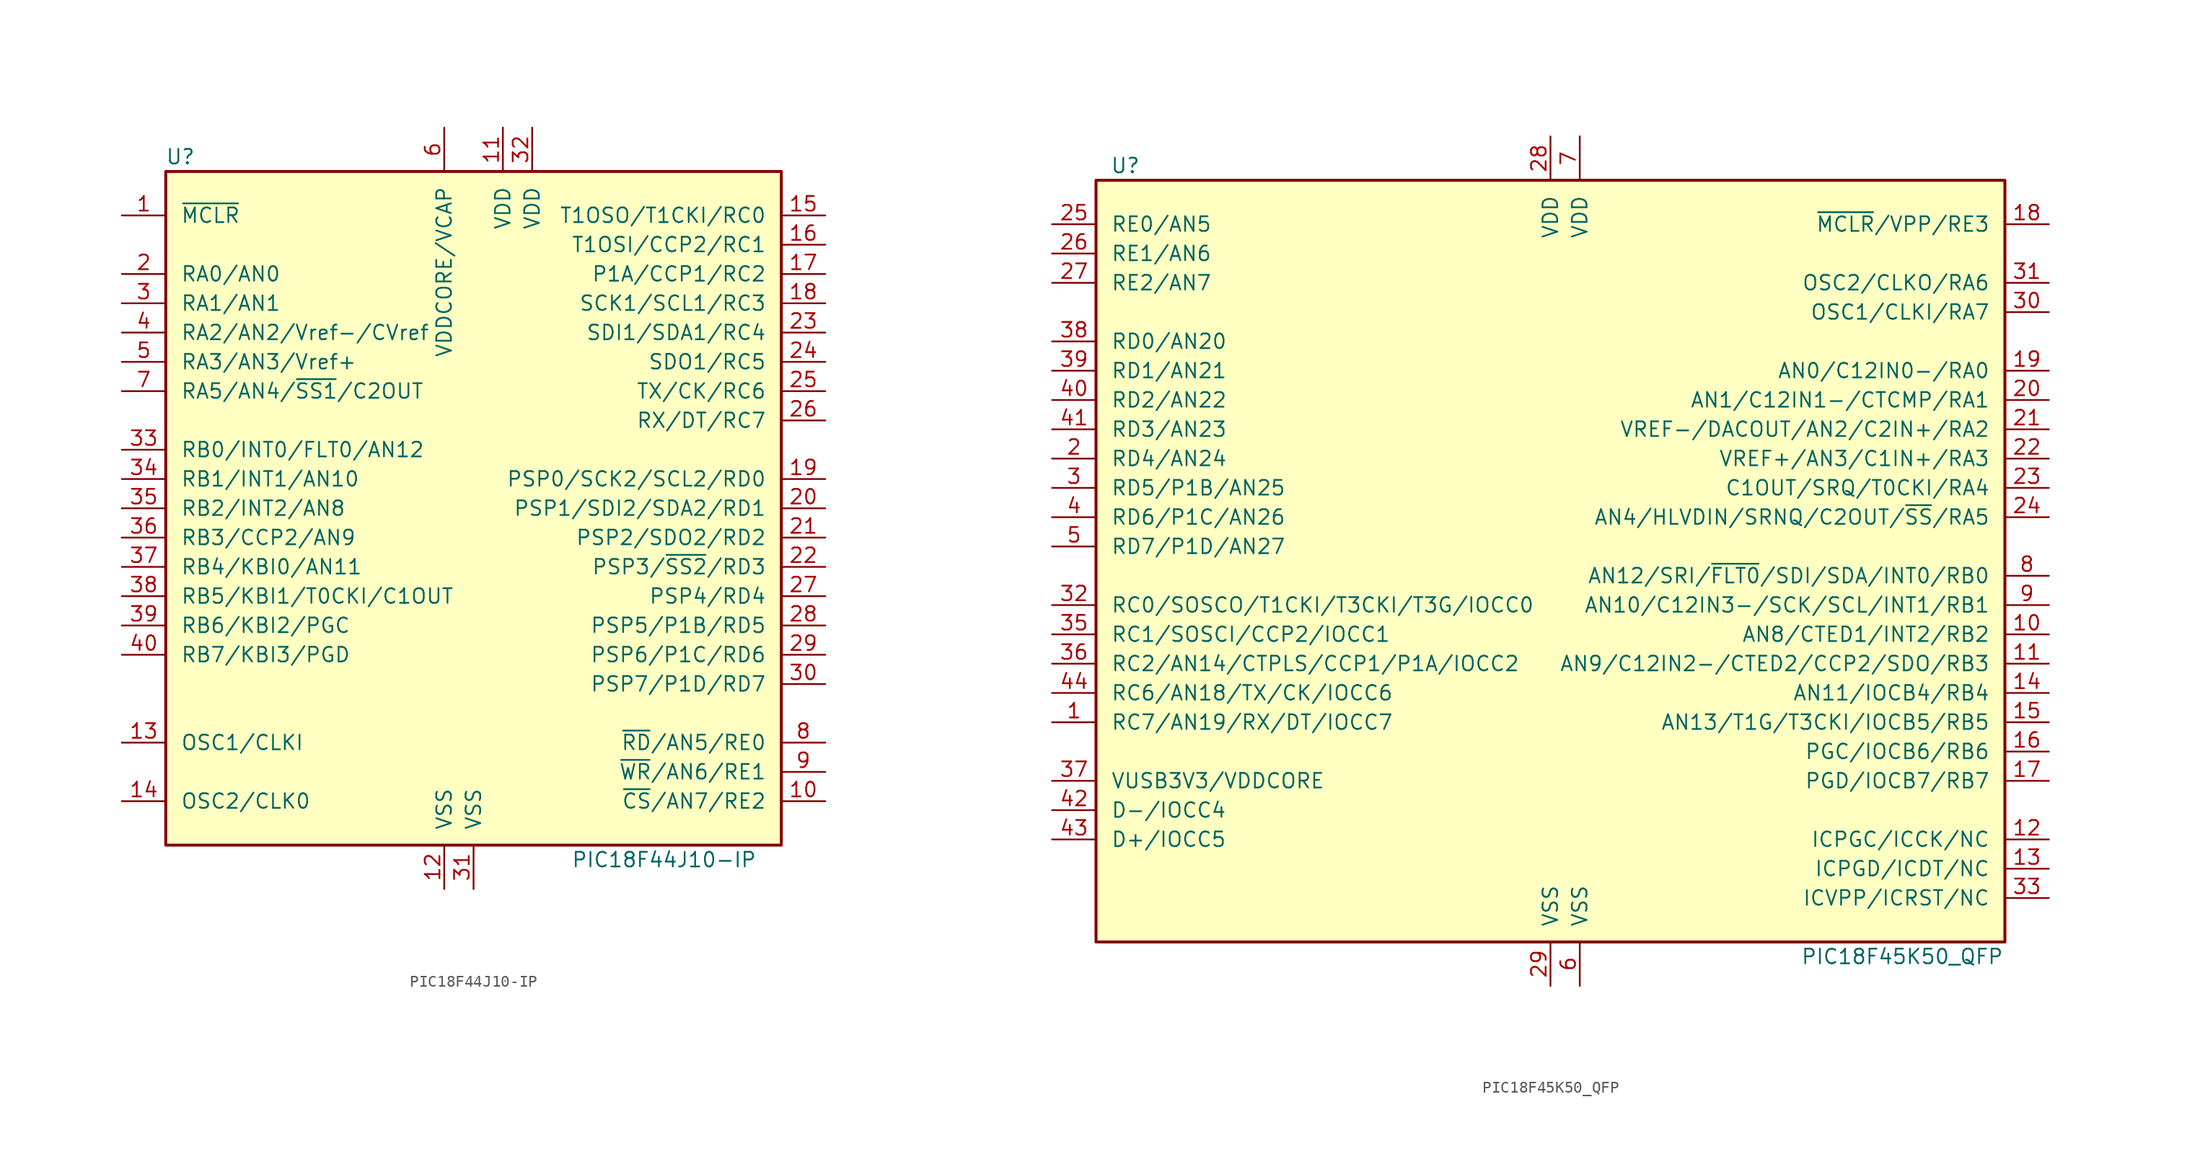
<source format=kicad_sym>
(kicad_symbol_lib
  (version 20231120)
  (generator "kicad_symbol_editor")
  (generator_version "8.0")
  (symbol "PIC18F44J10-IP"
    (pin_names
      (offset 1.27))
    (property "Reference" "U"
      (at -25.4 30.48 0)
      (effects (font (size 1.27 1.27))))
    (property "Value" "PIC18F44J10-IP"
      (at 16.51 -30.48 0)
      (effects (font (size 1.27 1.27))))
    (symbol "PIC18F44J10-IP_0_0"
      (rectangle (start -26.67 -29.21) (end 26.67 29.21) (stroke (width 0.254) (type default)) (fill (type background))))
    (symbol "PIC18F44J10-IP_1_1"
      (pin input line (at -30.48 25.4 0) (length 3.81) (name "~{MCLR}" (effects (font (size 1.27 1.27)))) (number "1" (effects (font (size 1.27 1.27)))))
      (pin tri_state line (at 30.48 -25.4 180) (length 3.81) (name "~{CS}/AN7/RE2" (effects (font (size 1.27 1.27)))) (number "10" (effects (font (size 1.27 1.27)))))
      (pin power_in line (at 2.54 33.02 270) (length 3.81) (name "VDD" (effects (font (size 1.27 1.27)))) (number "11" (effects (font (size 1.27 1.27)))))
      (pin power_in line (at -2.54 -33.02 90) (length 3.81) (name "VSS" (effects (font (size 1.27 1.27)))) (number "12" (effects (font (size 1.27 1.27)))))
      (pin input line (at -30.48 -20.32 0) (length 3.81) (name "OSC1/CLKI" (effects (font (size 1.27 1.27)))) (number "13" (effects (font (size 1.27 1.27)))))
      (pin output line (at -30.48 -25.4 0) (length 3.81) (name "OSC2/CLK0" (effects (font (size 1.27 1.27)))) (number "14" (effects (font (size 1.27 1.27)))))
      (pin tri_state line (at 30.48 25.4 180) (length 3.81) (name "T1OSO/T1CKI/RC0" (effects (font (size 1.27 1.27)))) (number "15" (effects (font (size 1.27 1.27)))))
      (pin tri_state line (at 30.48 22.86 180) (length 3.81) (name "T1OSI/CCP2/RC1" (effects (font (size 1.27 1.27)))) (number "16" (effects (font (size 1.27 1.27)))))
      (pin tri_state line (at 30.48 20.32 180) (length 3.81) (name "P1A/CCP1/RC2" (effects (font (size 1.27 1.27)))) (number "17" (effects (font (size 1.27 1.27)))))
      (pin tri_state line (at 30.48 17.78 180) (length 3.81) (name "SCK1/SCL1/RC3" (effects (font (size 1.27 1.27)))) (number "18" (effects (font (size 1.27 1.27)))))
      (pin tri_state line (at 30.48 2.54 180) (length 3.81) (name "PSP0/SCK2/SCL2/RD0" (effects (font (size 1.27 1.27)))) (number "19" (effects (font (size 1.27 1.27)))))
      (pin tri_state line (at -30.48 20.32 0) (length 3.81) (name "RA0/AN0" (effects (font (size 1.27 1.27)))) (number "2" (effects (font (size 1.27 1.27)))))
      (pin tri_state line (at 30.48 0 180) (length 3.81) (name "PSP1/SDI2/SDA2/RD1" (effects (font (size 1.27 1.27)))) (number "20" (effects (font (size 1.27 1.27)))))
      (pin tri_state line (at 30.48 -2.54 180) (length 3.81) (name "PSP2/SDO2/RD2" (effects (font (size 1.27 1.27)))) (number "21" (effects (font (size 1.27 1.27)))))
      (pin tri_state line (at 30.48 -5.08 180) (length 3.81) (name "PSP3/~{SS2}/RD3" (effects (font (size 1.27 1.27)))) (number "22" (effects (font (size 1.27 1.27)))))
      (pin tri_state line (at 30.48 15.24 180) (length 3.81) (name "SDI1/SDA1/RC4" (effects (font (size 1.27 1.27)))) (number "23" (effects (font (size 1.27 1.27)))))
      (pin tri_state line (at 30.48 12.7 180) (length 3.81) (name "SDO1/RC5" (effects (font (size 1.27 1.27)))) (number "24" (effects (font (size 1.27 1.27)))))
      (pin tri_state line (at 30.48 10.16 180) (length 3.81) (name "TX/CK/RC6" (effects (font (size 1.27 1.27)))) (number "25" (effects (font (size 1.27 1.27)))))
      (pin tri_state line (at 30.48 7.62 180) (length 3.81) (name "RX/DT/RC7" (effects (font (size 1.27 1.27)))) (number "26" (effects (font (size 1.27 1.27)))))
      (pin tri_state line (at 30.48 -7.62 180) (length 3.81) (name "PSP4/RD4" (effects (font (size 1.27 1.27)))) (number "27" (effects (font (size 1.27 1.27)))))
      (pin tri_state line (at 30.48 -10.16 180) (length 3.81) (name "PSP5/P1B/RD5" (effects (font (size 1.27 1.27)))) (number "28" (effects (font (size 1.27 1.27)))))
      (pin tri_state line (at 30.48 -12.7 180) (length 3.81) (name "PSP6/P1C/RD6" (effects (font (size 1.27 1.27)))) (number "29" (effects (font (size 1.27 1.27)))))
      (pin tri_state line (at -30.48 17.78 0) (length 3.81) (name "RA1/AN1" (effects (font (size 1.27 1.27)))) (number "3" (effects (font (size 1.27 1.27)))))
      (pin tri_state line (at 30.48 -15.24 180) (length 3.81) (name "PSP7/P1D/RD7" (effects (font (size 1.27 1.27)))) (number "30" (effects (font (size 1.27 1.27)))))
      (pin power_in line (at 0 -33.02 90) (length 3.81) (name "VSS" (effects (font (size 1.27 1.27)))) (number "31" (effects (font (size 1.27 1.27)))))
      (pin power_in line (at 5.08 33.02 270) (length 3.81) (name "VDD" (effects (font (size 1.27 1.27)))) (number "32" (effects (font (size 1.27 1.27)))))
      (pin tri_state line (at -30.48 5.08 0) (length 3.81) (name "RB0/INT0/FLT0/AN12" (effects (font (size 1.27 1.27)))) (number "33" (effects (font (size 1.27 1.27)))))
      (pin tri_state line (at -30.48 2.54 0) (length 3.81) (name "RB1/INT1/AN10" (effects (font (size 1.27 1.27)))) (number "34" (effects (font (size 1.27 1.27)))))
      (pin tri_state line (at -30.48 0 0) (length 3.81) (name "RB2/INT2/AN8" (effects (font (size 1.27 1.27)))) (number "35" (effects (font (size 1.27 1.27)))))
      (pin tri_state line (at -30.48 -2.54 0) (length 3.81) (name "RB3/CCP2/AN9" (effects (font (size 1.27 1.27)))) (number "36" (effects (font (size 1.27 1.27)))))
      (pin tri_state line (at -30.48 -5.08 0) (length 3.81) (name "RB4/KBI0/AN11" (effects (font (size 1.27 1.27)))) (number "37" (effects (font (size 1.27 1.27)))))
      (pin tri_state line (at -30.48 -7.62 0) (length 3.81) (name "RB5/KBI1/T0CKI/C1OUT" (effects (font (size 1.27 1.27)))) (number "38" (effects (font (size 1.27 1.27)))))
      (pin tri_state line (at -30.48 -10.16 0) (length 3.81) (name "RB6/KBI2/PGC" (effects (font (size 1.27 1.27)))) (number "39" (effects (font (size 1.27 1.27)))))
      (pin tri_state line (at -30.48 15.24 0) (length 3.81) (name "RA2/AN2/Vref-/CVref" (effects (font (size 1.27 1.27)))) (number "4" (effects (font (size 1.27 1.27)))))
      (pin tri_state line (at -30.48 -12.7 0) (length 3.81) (name "RB7/KBI3/PGD" (effects (font (size 1.27 1.27)))) (number "40" (effects (font (size 1.27 1.27)))))
      (pin tri_state line (at -30.48 12.7 0) (length 3.81) (name "RA3/AN3/Vref+" (effects (font (size 1.27 1.27)))) (number "5" (effects (font (size 1.27 1.27)))))
      (pin passive line (at -2.54 33.02 270) (length 3.81) (name "VDDCORE/VCAP" (effects (font (size 1.27 1.27)))) (number "6" (effects (font (size 1.27 1.27)))))
      (pin tri_state line (at -30.48 10.16 0) (length 3.81) (name "RA5/AN4/~{SS1}/C2OUT" (effects (font (size 1.27 1.27)))) (number "7" (effects (font (size 1.27 1.27)))))
      (pin tri_state line (at 30.48 -20.32 180) (length 3.81) (name "~{RD}/AN5/RE0" (effects (font (size 1.27 1.27)))) (number "8" (effects (font (size 1.27 1.27)))))
      (pin tri_state line (at 30.48 -22.86 180) (length 3.81) (name "~{WR}/AN6/RE1" (effects (font (size 1.27 1.27)))) (number "9" (effects (font (size 1.27 1.27)))))))
  (symbol "PIC18F45K50_QFP"
    (pin_names
      (offset 1.27))
    (property "Reference" "U"
      (at -36.83 33.02 0)
      (effects (font (size 1.27 1.27))))
    (property "Value" "PIC18F45K50_QFP"
      (at 30.48 -35.56 0)
      (effects (font (size 1.27 1.27))))
    (symbol "PIC18F45K50_QFP_0_1"
      (rectangle (start -39.37 31.75) (end 39.37 -34.29) (stroke (width 0.254) (type default)) (fill (type background))))
    (symbol "PIC18F45K50_QFP_1_1"
      (pin bidirectional line (at -43.18 -15.24 0) (length 3.81) (name "RC7/AN19/RX/DT/IOCC7" (effects (font (size 1.27 1.27)))) (number "1" (effects (font (size 1.27 1.27)))))
      (pin bidirectional line (at 43.18 -7.62 180) (length 3.81) (name "AN8/CTED1/INT2/RB2" (effects (font (size 1.27 1.27)))) (number "10" (effects (font (size 1.27 1.27)))))
      (pin bidirectional line (at 43.18 -10.16 180) (length 3.81) (name "AN9/C12IN2-/CTED2/CCP2/SDO/RB3" (effects (font (size 1.27 1.27)))) (number "11" (effects (font (size 1.27 1.27)))))
      (pin bidirectional line (at 43.18 -25.4 180) (length 3.81) (name "ICPGC/ICCK/NC" (effects (font (size 1.27 1.27)))) (number "12" (effects (font (size 1.27 1.27)))))
      (pin bidirectional line (at 43.18 -27.94 180) (length 3.81) (name "ICPGD/ICDT/NC" (effects (font (size 1.27 1.27)))) (number "13" (effects (font (size 1.27 1.27)))))
      (pin bidirectional line (at 43.18 -12.7 180) (length 3.81) (name "AN11/IOCB4/RB4" (effects (font (size 1.27 1.27)))) (number "14" (effects (font (size 1.27 1.27)))))
      (pin bidirectional line (at 43.18 -15.24 180) (length 3.81) (name "AN13/T1G/T3CKI/IOCB5/RB5" (effects (font (size 1.27 1.27)))) (number "15" (effects (font (size 1.27 1.27)))))
      (pin bidirectional line (at 43.18 -17.78 180) (length 3.81) (name "PGC/IOCB6/RB6" (effects (font (size 1.27 1.27)))) (number "16" (effects (font (size 1.27 1.27)))))
      (pin bidirectional line (at 43.18 -20.32 180) (length 3.81) (name "PGD/IOCB7/RB7" (effects (font (size 1.27 1.27)))) (number "17" (effects (font (size 1.27 1.27)))))
      (pin input line (at 43.18 27.94 180) (length 3.81) (name "~{MCLR}/VPP/RE3" (effects (font (size 1.27 1.27)))) (number "18" (effects (font (size 1.27 1.27)))))
      (pin bidirectional line (at 43.18 15.24 180) (length 3.81) (name "AN0/C12IN0-/RA0" (effects (font (size 1.27 1.27)))) (number "19" (effects (font (size 1.27 1.27)))))
      (pin bidirectional line (at -43.18 7.62 0) (length 3.81) (name "RD4/AN24" (effects (font (size 1.27 1.27)))) (number "2" (effects (font (size 1.27 1.27)))))
      (pin bidirectional line (at 43.18 12.7 180) (length 3.81) (name "AN1/C12IN1-/CTCMP/RA1" (effects (font (size 1.27 1.27)))) (number "20" (effects (font (size 1.27 1.27)))))
      (pin bidirectional line (at 43.18 10.16 180) (length 3.81) (name "VREF-/DACOUT/AN2/C2IN+/RA2" (effects (font (size 1.27 1.27)))) (number "21" (effects (font (size 1.27 1.27)))))
      (pin bidirectional line (at 43.18 7.62 180) (length 3.81) (name "VREF+/AN3/C1IN+/RA3" (effects (font (size 1.27 1.27)))) (number "22" (effects (font (size 1.27 1.27)))))
      (pin bidirectional line (at 43.18 5.08 180) (length 3.81) (name "C1OUT/SRQ/T0CKI/RA4" (effects (font (size 1.27 1.27)))) (number "23" (effects (font (size 1.27 1.27)))))
      (pin bidirectional line (at 43.18 2.54 180) (length 3.81) (name "AN4/HLVDIN/SRNQ/C2OUT/~{SS}/RA5" (effects (font (size 1.27 1.27)))) (number "24" (effects (font (size 1.27 1.27)))))
      (pin bidirectional line (at -43.18 27.94 0) (length 3.81) (name "RE0/AN5" (effects (font (size 1.27 1.27)))) (number "25" (effects (font (size 1.27 1.27)))))
      (pin bidirectional line (at -43.18 25.4 0) (length 3.81) (name "RE1/AN6" (effects (font (size 1.27 1.27)))) (number "26" (effects (font (size 1.27 1.27)))))
      (pin bidirectional line (at -43.18 22.86 0) (length 3.81) (name "RE2/AN7" (effects (font (size 1.27 1.27)))) (number "27" (effects (font (size 1.27 1.27)))))
      (pin power_in line (at 0 35.56 270) (length 3.81) (name "VDD" (effects (font (size 1.27 1.27)))) (number "28" (effects (font (size 1.27 1.27)))))
      (pin power_in line (at 0 -38.1 90) (length 3.81) (name "VSS" (effects (font (size 1.27 1.27)))) (number "29" (effects (font (size 1.27 1.27)))))
      (pin bidirectional line (at -43.18 5.08 0) (length 3.81) (name "RD5/P1B/AN25" (effects (font (size 1.27 1.27)))) (number "3" (effects (font (size 1.27 1.27)))))
      (pin bidirectional line (at 43.18 20.32 180) (length 3.81) (name "OSC1/CLKI/RA7" (effects (font (size 1.27 1.27)))) (number "30" (effects (font (size 1.27 1.27)))))
      (pin bidirectional line (at 43.18 22.86 180) (length 3.81) (name "OSC2/CLKO/RA6" (effects (font (size 1.27 1.27)))) (number "31" (effects (font (size 1.27 1.27)))))
      (pin bidirectional line (at -43.18 -5.08 0) (length 3.81) (name "RC0/SOSCO/T1CKI/T3CKI/T3G/IOCC0" (effects (font (size 1.27 1.27)))) (number "32" (effects (font (size 1.27 1.27)))))
      (pin bidirectional line (at 43.18 -30.48 180) (length 3.81) (name "ICVPP/ICRST/NC" (effects (font (size 1.27 1.27)))) (number "33" (effects (font (size 1.27 1.27)))))
      (pin no_connect line (at -17.78 -34.29 90) (length 3.81) hide (name "NC" (effects (font (size 1.27 1.27)))) (number "34" (effects (font (size 1.27 1.27)))))
      (pin bidirectional line (at -43.18 -7.62 0) (length 3.81) (name "RC1/SOSCI/CCP2/IOCC1" (effects (font (size 1.27 1.27)))) (number "35" (effects (font (size 1.27 1.27)))))
      (pin bidirectional line (at -43.18 -10.16 0) (length 3.81) (name "RC2/AN14/CTPLS/CCP1/P1A/IOCC2" (effects (font (size 1.27 1.27)))) (number "36" (effects (font (size 1.27 1.27)))))
      (pin power_in line (at -43.18 -20.32 0) (length 3.81) (name "VUSB3V3/VDDCORE" (effects (font (size 1.27 1.27)))) (number "37" (effects (font (size 1.27 1.27)))))
      (pin bidirectional line (at -43.18 17.78 0) (length 3.81) (name "RD0/AN20" (effects (font (size 1.27 1.27)))) (number "38" (effects (font (size 1.27 1.27)))))
      (pin bidirectional line (at -43.18 15.24 0) (length 3.81) (name "RD1/AN21" (effects (font (size 1.27 1.27)))) (number "39" (effects (font (size 1.27 1.27)))))
      (pin bidirectional line (at -43.18 2.54 0) (length 3.81) (name "RD6/P1C/AN26" (effects (font (size 1.27 1.27)))) (number "4" (effects (font (size 1.27 1.27)))))
      (pin bidirectional line (at -43.18 12.7 0) (length 3.81) (name "RD2/AN22" (effects (font (size 1.27 1.27)))) (number "40" (effects (font (size 1.27 1.27)))))
      (pin bidirectional line (at -43.18 10.16 0) (length 3.81) (name "RD3/AN23" (effects (font (size 1.27 1.27)))) (number "41" (effects (font (size 1.27 1.27)))))
      (pin bidirectional line (at -43.18 -22.86 0) (length 3.81) (name "D-/IOCC4" (effects (font (size 1.27 1.27)))) (number "42" (effects (font (size 1.27 1.27)))))
      (pin bidirectional line (at -43.18 -25.4 0) (length 3.81) (name "D+/IOCC5" (effects (font (size 1.27 1.27)))) (number "43" (effects (font (size 1.27 1.27)))))
      (pin bidirectional line (at -43.18 -12.7 0) (length 3.81) (name "RC6/AN18/TX/CK/IOCC6" (effects (font (size 1.27 1.27)))) (number "44" (effects (font (size 1.27 1.27)))))
      (pin bidirectional line (at -43.18 0 0) (length 3.81) (name "RD7/P1D/AN27" (effects (font (size 1.27 1.27)))) (number "5" (effects (font (size 1.27 1.27)))))
      (pin power_in line (at 2.54 -38.1 90) (length 3.81) (name "VSS" (effects (font (size 1.27 1.27)))) (number "6" (effects (font (size 1.27 1.27)))))
      (pin power_in line (at 2.54 35.56 270) (length 3.81) (name "VDD" (effects (font (size 1.27 1.27)))) (number "7" (effects (font (size 1.27 1.27)))))
      (pin bidirectional line (at 43.18 -2.54 180) (length 3.81) (name "AN12/SRI/~{FLT0}/SDI/SDA/INT0/RB0" (effects (font (size 1.27 1.27)))) (number "8" (effects (font (size 1.27 1.27)))))
      (pin bidirectional line (at 43.18 -5.08 180) (length 3.81) (name "AN10/C12IN3-/SCK/SCL/INT1/RB1" (effects (font (size 1.27 1.27)))) (number "9" (effects (font (size 1.27 1.27))))))))
</source>
